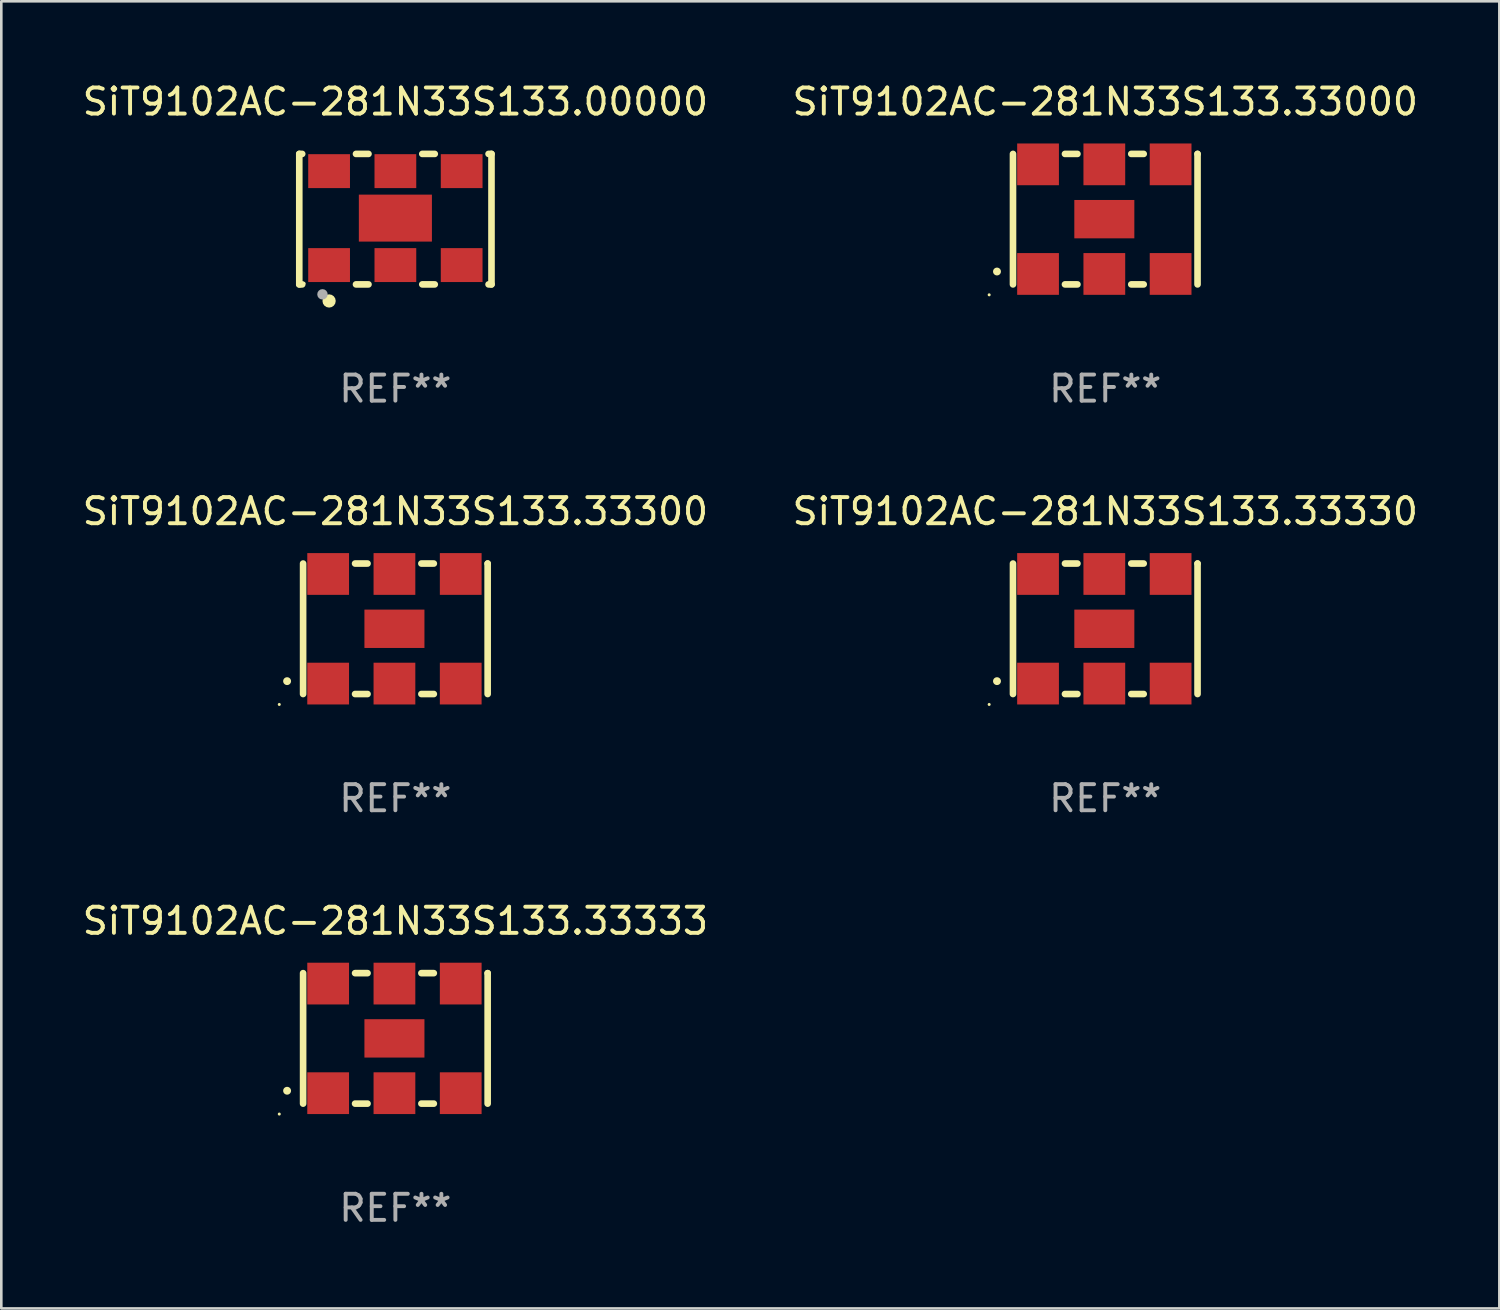
<source format=kicad_pcb>
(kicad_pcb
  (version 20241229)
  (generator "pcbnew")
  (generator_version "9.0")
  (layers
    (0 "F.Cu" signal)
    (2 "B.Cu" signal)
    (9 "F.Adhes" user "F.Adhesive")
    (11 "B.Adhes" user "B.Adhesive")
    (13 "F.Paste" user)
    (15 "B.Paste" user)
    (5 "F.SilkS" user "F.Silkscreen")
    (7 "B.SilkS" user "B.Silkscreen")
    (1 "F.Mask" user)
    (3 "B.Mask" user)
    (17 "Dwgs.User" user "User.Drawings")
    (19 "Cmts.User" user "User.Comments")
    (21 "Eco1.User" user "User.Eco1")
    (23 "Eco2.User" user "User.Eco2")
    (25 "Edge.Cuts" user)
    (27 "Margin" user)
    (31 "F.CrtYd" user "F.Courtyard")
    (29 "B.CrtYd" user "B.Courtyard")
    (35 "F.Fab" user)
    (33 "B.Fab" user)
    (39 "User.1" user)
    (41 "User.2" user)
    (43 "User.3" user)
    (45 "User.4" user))
  (footprint "SiT9102AC-281N33S133.33300"
    (layer "F.Cu")
    (at 12.101 21.045)
    (property "Reference" "SiT9102AC-281N33S133.33300" (at 0 -4.5 0) (layer "F.SilkS") (effects (font (size 1 1) (thickness 0.15))))
    (attr through_hole)
    (fp_line (start -3.536 -2.5) (end -3.536 2.5) (stroke (width 0.254) (type solid)) (layer "F.SilkS"))
    (fp_line (start -1.544 2.5) (end -1.067 2.5) (stroke (width 0.254) (type solid)) (layer "F.SilkS"))
    (fp_line (start -1.067 -2.5) (end -1.544 -2.5) (stroke (width 0.254) (type solid)) (layer "F.SilkS"))
    (fp_line (start 0.996 2.5) (end 1.473 2.5) (stroke (width 0.254) (type solid)) (layer "F.SilkS"))
    (fp_line (start 1.473 -2.5) (end 0.996 -2.5) (stroke (width 0.254) (type solid)) (layer "F.SilkS"))
    (fp_line (start 3.536 -2.5) (end 3.536 -2.5) (stroke (width 0.254) (type solid)) (layer "F.SilkS"))
    (fp_line (start 3.536 2.5) (end 3.536 -2.5) (stroke (width 0.254) (type solid)) (layer "F.SilkS"))
    (fp_arc (start -4.150432 2.006604) (mid -4.149162 2.006599) (end -4.147892 2.006604) (stroke (width 0.3) (type solid)) (layer "F.SilkS"))
    (fp_circle (center -4.449 2.9) (end -4.419 2.9) (stroke (width 0.06) (type solid)) (fill no) (layer "F.SilkS"))
    (fp_text user "REF**" (at 0 6.5 0) (layer "F.Fab") (effects (font (size 1 1) (thickness 0.15))))
    (pad "1" smd rect (at -2.576 2.1) (size 1.6 1.6) (layers "F.Cu" "F.Mask" "F.Paste"))
    (pad "2" smd rect (at -0.036 2.1) (size 1.6 1.6) (layers "F.Cu" "F.Mask" "F.Paste"))
    (pad "3" smd rect (at 2.504 2.1) (size 1.6 1.6) (layers "F.Cu" "F.Mask" "F.Paste"))
    (pad "4" smd rect (at 2.504 -2.1) (size 1.6 1.6) (layers "F.Cu" "F.Mask" "F.Paste"))
    (pad "5" smd rect (at -0.036 -2.1) (size 1.6 1.6) (layers "F.Cu" "F.Mask" "F.Paste"))
    (pad "6" smd rect (at -2.576 -2.1) (size 1.6 1.6) (layers "F.Cu" "F.Mask" "F.Paste"))
    (pad "7" smd rect (at -0.036 0) (size 2.3 1.47) (layers "F.Cu" "F.Mask" "F.Paste")))
  (footprint "SiT9102AC-281N33S133.33333"
    (layer "F.Cu")
    (at 12.101 36.741)
    (property "Reference" "SiT9102AC-281N33S133.33333" (at 0 -4.5 0) (layer "F.SilkS") (effects (font (size 1 1) (thickness 0.15))))
    (attr through_hole)
    (fp_line (start -3.536 -2.5) (end -3.536 2.5) (stroke (width 0.254) (type solid)) (layer "F.SilkS"))
    (fp_line (start -1.544 2.5) (end -1.067 2.5) (stroke (width 0.254) (type solid)) (layer "F.SilkS"))
    (fp_line (start -1.067 -2.5) (end -1.544 -2.5) (stroke (width 0.254) (type solid)) (layer "F.SilkS"))
    (fp_line (start 0.996 2.5) (end 1.473 2.5) (stroke (width 0.254) (type solid)) (layer "F.SilkS"))
    (fp_line (start 1.473 -2.5) (end 0.996 -2.5) (stroke (width 0.254) (type solid)) (layer "F.SilkS"))
    (fp_line (start 3.536 -2.5) (end 3.536 -2.5) (stroke (width 0.254) (type solid)) (layer "F.SilkS"))
    (fp_line (start 3.536 2.5) (end 3.536 -2.5) (stroke (width 0.254) (type solid)) (layer "F.SilkS"))
    (fp_arc (start -4.150432 2.006604) (mid -4.149162 2.006599) (end -4.147892 2.006604) (stroke (width 0.3) (type solid)) (layer "F.SilkS"))
    (fp_circle (center -4.449 2.9) (end -4.419 2.9) (stroke (width 0.06) (type solid)) (fill no) (layer "F.SilkS"))
    (fp_text user "REF**" (at 0 6.5 0) (layer "F.Fab") (effects (font (size 1 1) (thickness 0.15))))
    (pad "1" smd rect (at -2.576 2.1) (size 1.6 1.6) (layers "F.Cu" "F.Mask" "F.Paste"))
    (pad "2" smd rect (at -0.036 2.1) (size 1.6 1.6) (layers "F.Cu" "F.Mask" "F.Paste"))
    (pad "3" smd rect (at 2.504 2.1) (size 1.6 1.6) (layers "F.Cu" "F.Mask" "F.Paste"))
    (pad "4" smd rect (at 2.504 -2.1) (size 1.6 1.6) (layers "F.Cu" "F.Mask" "F.Paste"))
    (pad "5" smd rect (at -0.036 -2.1) (size 1.6 1.6) (layers "F.Cu" "F.Mask" "F.Paste"))
    (pad "6" smd rect (at -2.576 -2.1) (size 1.6 1.6) (layers "F.Cu" "F.Mask" "F.Paste"))
    (pad "7" smd rect (at -0.036 0) (size 2.3 1.47) (layers "F.Cu" "F.Mask" "F.Paste")))
  (footprint "SiT9102AC-281N33S133.33000"
    (layer "F.Cu")
    (at 39.304 5.348)
    (property "Reference" "SiT9102AC-281N33S133.33000" (at 0 -4.5 0) (layer "F.SilkS") (effects (font (size 1 1) (thickness 0.15))))
    (attr through_hole)
    (fp_line (start -3.536 -2.5) (end -3.536 2.5) (stroke (width 0.254) (type solid)) (layer "F.SilkS"))
    (fp_line (start -1.544 2.5) (end -1.067 2.5) (stroke (width 0.254) (type solid)) (layer "F.SilkS"))
    (fp_line (start -1.067 -2.5) (end -1.544 -2.5) (stroke (width 0.254) (type solid)) (layer "F.SilkS"))
    (fp_line (start 0.996 2.5) (end 1.473 2.5) (stroke (width 0.254) (type solid)) (layer "F.SilkS"))
    (fp_line (start 1.473 -2.5) (end 0.996 -2.5) (stroke (width 0.254) (type solid)) (layer "F.SilkS"))
    (fp_line (start 3.536 -2.5) (end 3.536 -2.5) (stroke (width 0.254) (type solid)) (layer "F.SilkS"))
    (fp_line (start 3.536 2.5) (end 3.536 -2.5) (stroke (width 0.254) (type solid)) (layer "F.SilkS"))
    (fp_arc (start -4.150432 2.006604) (mid -4.149162 2.006599) (end -4.147892 2.006604) (stroke (width 0.3) (type solid)) (layer "F.SilkS"))
    (fp_circle (center -4.449 2.9) (end -4.419 2.9) (stroke (width 0.06) (type solid)) (fill no) (layer "F.SilkS"))
    (fp_text user "REF**" (at 0 6.5 0) (layer "F.Fab") (effects (font (size 1 1) (thickness 0.15))))
    (pad "1" smd rect (at -2.576 2.1) (size 1.6 1.6) (layers "F.Cu" "F.Mask" "F.Paste"))
    (pad "2" smd rect (at -0.036 2.1) (size 1.6 1.6) (layers "F.Cu" "F.Mask" "F.Paste"))
    (pad "3" smd rect (at 2.504 2.1) (size 1.6 1.6) (layers "F.Cu" "F.Mask" "F.Paste"))
    (pad "4" smd rect (at 2.504 -2.1) (size 1.6 1.6) (layers "F.Cu" "F.Mask" "F.Paste"))
    (pad "5" smd rect (at -0.036 -2.1) (size 1.6 1.6) (layers "F.Cu" "F.Mask" "F.Paste"))
    (pad "6" smd rect (at -2.576 -2.1) (size 1.6 1.6) (layers "F.Cu" "F.Mask" "F.Paste"))
    (pad "7" smd rect (at -0.036 0) (size 2.3 1.47) (layers "F.Cu" "F.Mask" "F.Paste")))
  (footprint "SiT9102AC-281N33S133.33330"
    (layer "F.Cu")
    (at 39.304 21.045)
    (property "Reference" "SiT9102AC-281N33S133.33330" (at 0 -4.5 0) (layer "F.SilkS") (effects (font (size 1 1) (thickness 0.15))))
    (attr through_hole)
    (fp_line (start -3.536 -2.5) (end -3.536 2.5) (stroke (width 0.254) (type solid)) (layer "F.SilkS"))
    (fp_line (start -1.544 2.5) (end -1.067 2.5) (stroke (width 0.254) (type solid)) (layer "F.SilkS"))
    (fp_line (start -1.067 -2.5) (end -1.544 -2.5) (stroke (width 0.254) (type solid)) (layer "F.SilkS"))
    (fp_line (start 0.996 2.5) (end 1.473 2.5) (stroke (width 0.254) (type solid)) (layer "F.SilkS"))
    (fp_line (start 1.473 -2.5) (end 0.996 -2.5) (stroke (width 0.254) (type solid)) (layer "F.SilkS"))
    (fp_line (start 3.536 -2.5) (end 3.536 -2.5) (stroke (width 0.254) (type solid)) (layer "F.SilkS"))
    (fp_line (start 3.536 2.5) (end 3.536 -2.5) (stroke (width 0.254) (type solid)) (layer "F.SilkS"))
    (fp_arc (start -4.150432 2.006604) (mid -4.149162 2.006599) (end -4.147892 2.006604) (stroke (width 0.3) (type solid)) (layer "F.SilkS"))
    (fp_circle (center -4.449 2.9) (end -4.419 2.9) (stroke (width 0.06) (type solid)) (fill no) (layer "F.SilkS"))
    (fp_text user "REF**" (at 0 6.5 0) (layer "F.Fab") (effects (font (size 1 1) (thickness 0.15))))
    (pad "1" smd rect (at -2.576 2.1) (size 1.6 1.6) (layers "F.Cu" "F.Mask" "F.Paste"))
    (pad "2" smd rect (at -0.036 2.1) (size 1.6 1.6) (layers "F.Cu" "F.Mask" "F.Paste"))
    (pad "3" smd rect (at 2.504 2.1) (size 1.6 1.6) (layers "F.Cu" "F.Mask" "F.Paste"))
    (pad "4" smd rect (at 2.504 -2.1) (size 1.6 1.6) (layers "F.Cu" "F.Mask" "F.Paste"))
    (pad "5" smd rect (at -0.036 -2.1) (size 1.6 1.6) (layers "F.Cu" "F.Mask" "F.Paste"))
    (pad "6" smd rect (at -2.576 -2.1) (size 1.6 1.6) (layers "F.Cu" "F.Mask" "F.Paste"))
    (pad "7" smd rect (at -0.036 0) (size 2.3 1.47) (layers "F.Cu" "F.Mask" "F.Paste")))
  (footprint "SiT9102AC-281N33S133.00000"
    (layer "F.Cu")
    (at 12.101 5.348)
    (property "Reference" "SiT9102AC-281N33S133.00000" (at 0 -4.5 0) (layer "F.SilkS") (effects (font (size 1 1) (thickness 0.15))))
    (attr through_hole)
    (fp_line (start -3.683 -2.5) (end -3.571 -2.5) (stroke (width 0.254) (type solid)) (layer "F.SilkS"))
    (fp_line (start -3.683 2.5) (end -3.683 -2.5) (stroke (width 0.254) (type solid)) (layer "F.SilkS"))
    (fp_line (start -3.683 2.5) (end -3.571 2.5) (stroke (width 0.254) (type solid)) (layer "F.SilkS"))
    (fp_line (start -1.509 -2.5) (end -1.031 -2.5) (stroke (width 0.254) (type solid)) (layer "F.SilkS"))
    (fp_line (start -1.509 2.5) (end -1.031 2.5) (stroke (width 0.254) (type solid)) (layer "F.SilkS"))
    (fp_line (start 1.031 -2.5) (end 1.509 -2.5) (stroke (width 0.254) (type solid)) (layer "F.SilkS"))
    (fp_line (start 1.031 2.5) (end 1.509 2.5) (stroke (width 0.254) (type solid)) (layer "F.SilkS"))
    (fp_line (start 3.571 -2.5) (end 3.683 -2.5) (stroke (width 0.254) (type solid)) (layer "F.SilkS"))
    (fp_line (start 3.571 2.5) (end 3.683 2.5) (stroke (width 0.254) (type solid)) (layer "F.SilkS"))
    (fp_line (start 3.683 2.5) (end 3.683 -2.5) (stroke (width 0.254) (type solid)) (layer "F.SilkS"))
    (fp_circle (center -3.5 2.46) (end -3.47 2.46) (stroke (width 0.06) (type solid)) (fill no) (layer "F.SilkS"))
    (fp_circle (center -2.54 3.135) (end -2.413 3.135) (stroke (width 0.254) (type solid)) (fill no) (layer "F.SilkS"))
    (fp_circle (center -2.794 2.881) (end -2.694 2.881) (stroke (width 0.2) (type solid)) (fill no) (layer "F.Fab"))
    (fp_text user "REF**" (at 0 6.5 0) (layer "F.Fab") (effects (font (size 1 1) (thickness 0.15))))
    (pad "1" smd rect (at -2.54 1.76) (size 1.6 1.3) (layers "F.Cu" "F.Mask" "F.Paste"))
    (pad "2" smd rect (at 0 1.76) (size 1.6 1.3) (layers "F.Cu" "F.Mask" "F.Paste"))
    (pad "3" smd rect (at 2.54 1.76) (size 1.6 1.3) (layers "F.Cu" "F.Mask" "F.Paste"))
    (pad "4" smd rect (at 2.54 -1.84) (size 1.6 1.3) (layers "F.Cu" "F.Mask" "F.Paste"))
    (pad "5" smd rect (at 0 -1.84) (size 1.6 1.3) (layers "F.Cu" "F.Mask" "F.Paste"))
    (pad "6" smd rect (at -2.54 -1.84) (size 1.6 1.3) (layers "F.Cu" "F.Mask" "F.Paste"))
    (pad "7" smd rect (at 0 -0.04) (size 2.8 1.8) (layers "F.Cu" "F.Mask" "F.Paste")))
  (gr_rect
    (start -3 -3)
    (end 54.405 47.09)
    (stroke (width 0.1) (type default))
    (fill no)
    (layer "Edge.Cuts")))
</source>
